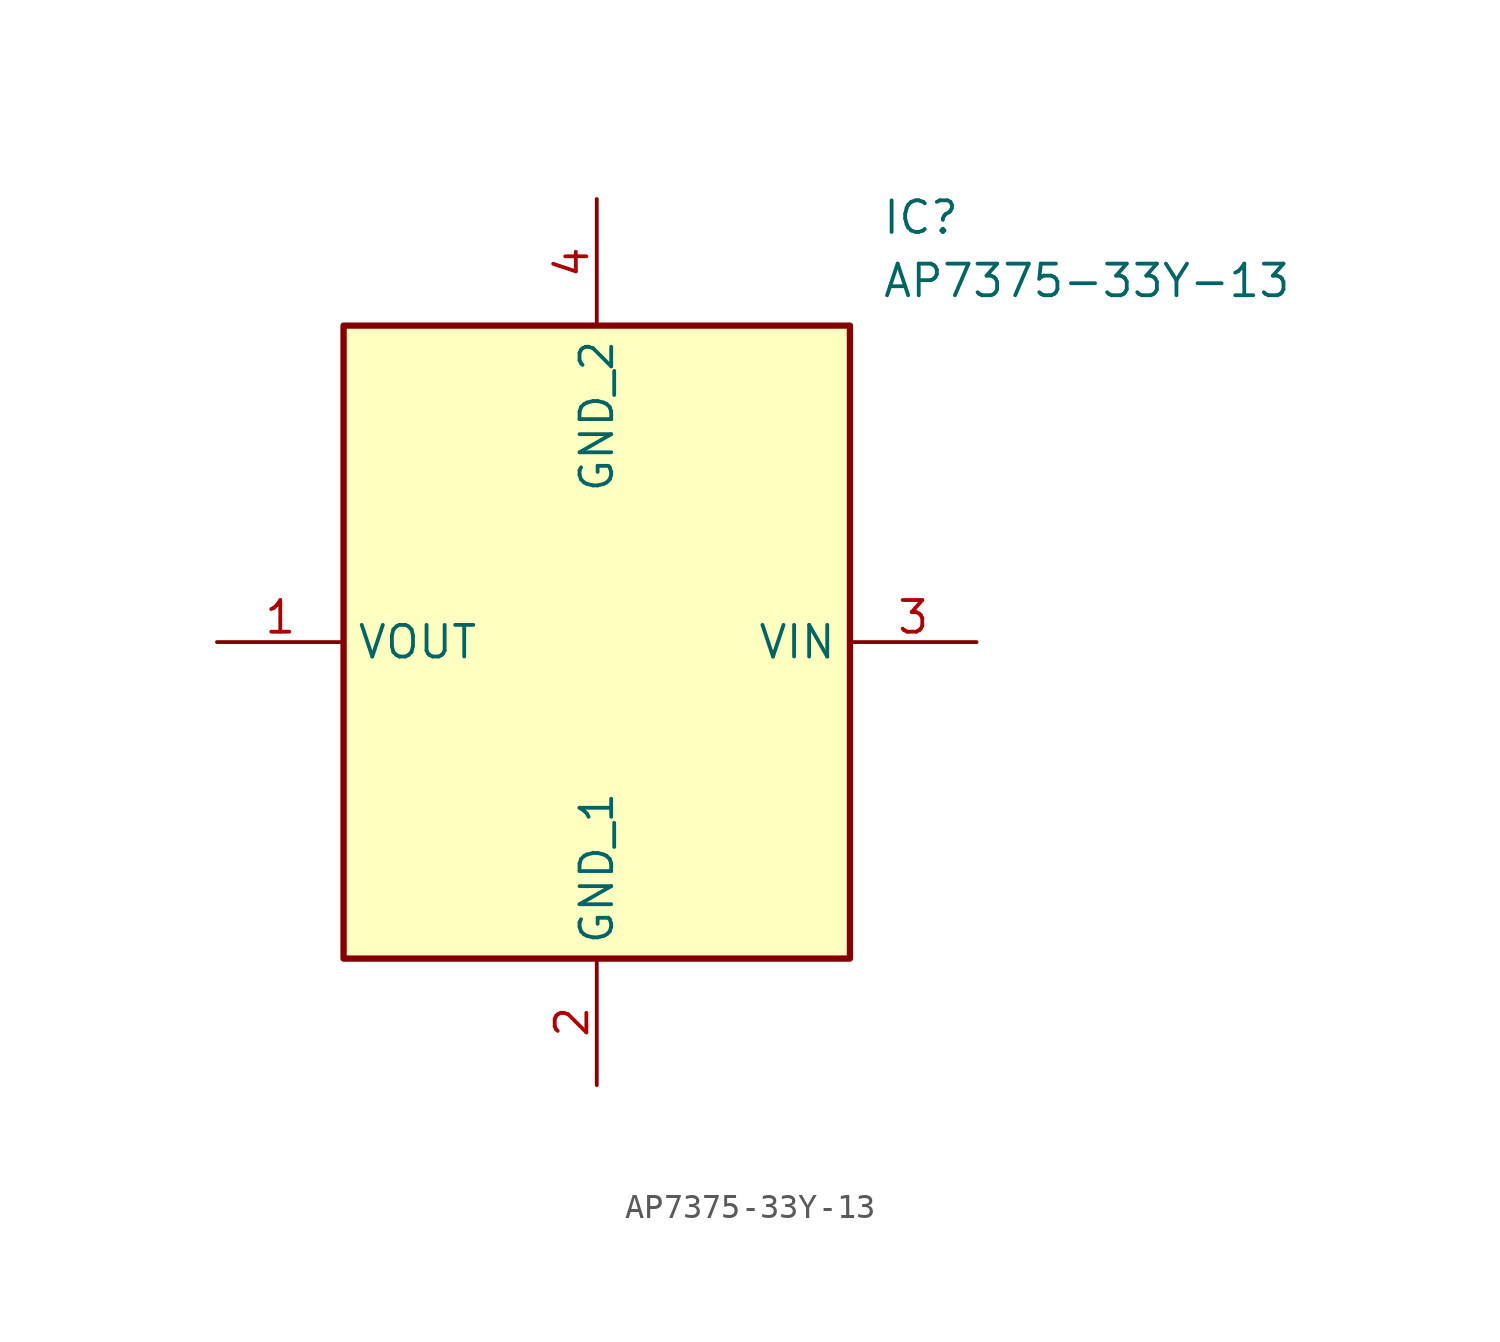
<source format=kicad_sym>
(kicad_symbol_lib
  (version 20211014)
  (generator SamacSys_ECAD_Model)
  (symbol "AP7375-33Y-13"
    (property "Reference" "IC"
      (at 26.67 17.78 0)
      (effects (font (size 1.27 1.27)) (justify left top)))
    (property "Value" "AP7375-33Y-13"
      (at 26.67 15.24 0)
      (effects (font (size 1.27 1.27)) (justify left top)))
    (rectangle
      (start 5.08 12.7)
      (end 25.4 -12.7)
      (stroke (width 0.254) (type default))
      (fill (type background)))
    (pin passive line
      (at 0 0 0)
      (length 5.08)
      (name "VOUT" (effects (font (size 1.27 1.27))))
      (number "1" (effects (font (size 1.27 1.27)))))
    (pin passive line
      (at 15.24 -17.78 90)
      (length 5.08)
      (name "GND_1" (effects (font (size 1.27 1.27))))
      (number "2" (effects (font (size 1.27 1.27)))))
    (pin passive line
      (at 30.48 0 180)
      (length 5.08)
      (name "VIN" (effects (font (size 1.27 1.27))))
      (number "3" (effects (font (size 1.27 1.27)))))
    (pin passive line
      (at 15.24 17.78 270)
      (length 5.08)
      (name "GND_2" (effects (font (size 1.27 1.27))))
      (number "4" (effects (font (size 1.27 1.27)))))))
</source>
